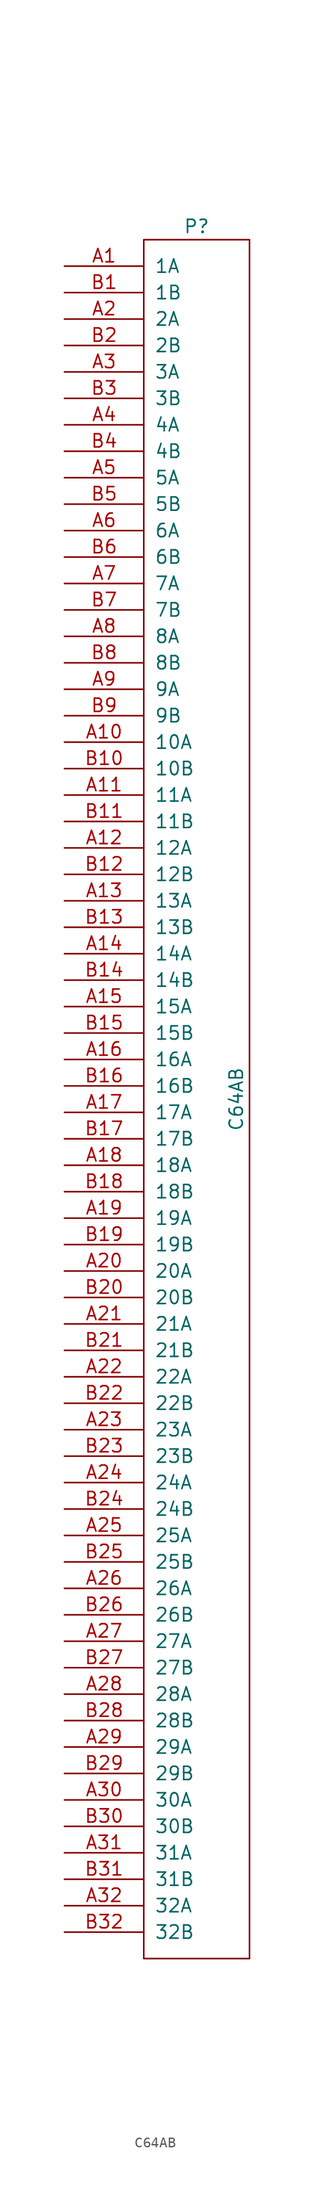
<source format=kicad_sym>
(kicad_symbol_lib
  (version 20231120)
  (generator "kicad_symbol_editor")
  (generator_version "8.0")
  (symbol "C64AB"
    (pin_names
      (offset 1.016))
    (property "Reference" "P"
      (at 0 83.82 0)
      (effects (font (size 1.27 1.27))))
    (property "Value" "C64AB"
      (at 3.81 0 90)
      (effects (font (size 1.27 1.27))))
    (property "Footprint" ""
      (at 0 0 0)
      (effects (font (size 1.27 1.27))))
    (property "Datasheet" ""
      (at 0 0 0)
      (effects (font (size 1.27 1.27))))
    (symbol "C64AB_0_1"
      (rectangle (start -5.08 -82.55) (end 5.08 82.55) (stroke (width 0) (type solid)) (fill (type none))))
    (symbol "C64AB_1_1"
      (pin passive line (at -12.7 80.01 0) (length 7.62) (name "1A" (effects (font (size 1.27 1.27)))) (number "A1" (effects (font (size 1.27 1.27)))))
      (pin passive line (at -12.7 34.29 0) (length 7.62) (name "10A" (effects (font (size 1.27 1.27)))) (number "A10" (effects (font (size 1.27 1.27)))))
      (pin passive line (at -12.7 29.21 0) (length 7.62) (name "11A" (effects (font (size 1.27 1.27)))) (number "A11" (effects (font (size 1.27 1.27)))))
      (pin passive line (at -12.7 24.13 0) (length 7.62) (name "12A" (effects (font (size 1.27 1.27)))) (number "A12" (effects (font (size 1.27 1.27)))))
      (pin passive line (at -12.7 19.05 0) (length 7.62) (name "13A" (effects (font (size 1.27 1.27)))) (number "A13" (effects (font (size 1.27 1.27)))))
      (pin passive line (at -12.7 13.97 0) (length 7.62) (name "14A" (effects (font (size 1.27 1.27)))) (number "A14" (effects (font (size 1.27 1.27)))))
      (pin passive line (at -12.7 8.89 0) (length 7.62) (name "15A" (effects (font (size 1.27 1.27)))) (number "A15" (effects (font (size 1.27 1.27)))))
      (pin passive line (at -12.7 3.81 0) (length 7.62) (name "16A" (effects (font (size 1.27 1.27)))) (number "A16" (effects (font (size 1.27 1.27)))))
      (pin passive line (at -12.7 -1.27 0) (length 7.62) (name "17A" (effects (font (size 1.27 1.27)))) (number "A17" (effects (font (size 1.27 1.27)))))
      (pin passive line (at -12.7 -6.35 0) (length 7.62) (name "18A" (effects (font (size 1.27 1.27)))) (number "A18" (effects (font (size 1.27 1.27)))))
      (pin passive line (at -12.7 -11.43 0) (length 7.62) (name "19A" (effects (font (size 1.27 1.27)))) (number "A19" (effects (font (size 1.27 1.27)))))
      (pin passive line (at -12.7 74.93 0) (length 7.62) (name "2A" (effects (font (size 1.27 1.27)))) (number "A2" (effects (font (size 1.27 1.27)))))
      (pin passive line (at -12.7 -16.51 0) (length 7.62) (name "20A" (effects (font (size 1.27 1.27)))) (number "A20" (effects (font (size 1.27 1.27)))))
      (pin passive line (at -12.7 -21.59 0) (length 7.62) (name "21A" (effects (font (size 1.27 1.27)))) (number "A21" (effects (font (size 1.27 1.27)))))
      (pin passive line (at -12.7 -26.67 0) (length 7.62) (name "22A" (effects (font (size 1.27 1.27)))) (number "A22" (effects (font (size 1.27 1.27)))))
      (pin passive line (at -12.7 -31.75 0) (length 7.62) (name "23A" (effects (font (size 1.27 1.27)))) (number "A23" (effects (font (size 1.27 1.27)))))
      (pin passive line (at -12.7 -36.83 0) (length 7.62) (name "24A" (effects (font (size 1.27 1.27)))) (number "A24" (effects (font (size 1.27 1.27)))))
      (pin passive line (at -12.7 -41.91 0) (length 7.62) (name "25A" (effects (font (size 1.27 1.27)))) (number "A25" (effects (font (size 1.27 1.27)))))
      (pin passive line (at -12.7 -46.99 0) (length 7.62) (name "26A" (effects (font (size 1.27 1.27)))) (number "A26" (effects (font (size 1.27 1.27)))))
      (pin passive line (at -12.7 -52.07 0) (length 7.62) (name "27A" (effects (font (size 1.27 1.27)))) (number "A27" (effects (font (size 1.27 1.27)))))
      (pin passive line (at -12.7 -57.15 0) (length 7.62) (name "28A" (effects (font (size 1.27 1.27)))) (number "A28" (effects (font (size 1.27 1.27)))))
      (pin passive line (at -12.7 -62.23 0) (length 7.62) (name "29A" (effects (font (size 1.27 1.27)))) (number "A29" (effects (font (size 1.27 1.27)))))
      (pin passive line (at -12.7 69.85 0) (length 7.62) (name "3A" (effects (font (size 1.27 1.27)))) (number "A3" (effects (font (size 1.27 1.27)))))
      (pin passive line (at -12.7 -67.31 0) (length 7.62) (name "30A" (effects (font (size 1.27 1.27)))) (number "A30" (effects (font (size 1.27 1.27)))))
      (pin passive line (at -12.7 -72.39 0) (length 7.62) (name "31A" (effects (font (size 1.27 1.27)))) (number "A31" (effects (font (size 1.27 1.27)))))
      (pin passive line (at -12.7 -77.47 0) (length 7.62) (name "32A" (effects (font (size 1.27 1.27)))) (number "A32" (effects (font (size 1.27 1.27)))))
      (pin passive line (at -12.7 64.77 0) (length 7.62) (name "4A" (effects (font (size 1.27 1.27)))) (number "A4" (effects (font (size 1.27 1.27)))))
      (pin passive line (at -12.7 59.69 0) (length 7.62) (name "5A" (effects (font (size 1.27 1.27)))) (number "A5" (effects (font (size 1.27 1.27)))))
      (pin passive line (at -12.7 54.61 0) (length 7.62) (name "6A" (effects (font (size 1.27 1.27)))) (number "A6" (effects (font (size 1.27 1.27)))))
      (pin passive line (at -12.7 49.53 0) (length 7.62) (name "7A" (effects (font (size 1.27 1.27)))) (number "A7" (effects (font (size 1.27 1.27)))))
      (pin passive line (at -12.7 44.45 0) (length 7.62) (name "8A" (effects (font (size 1.27 1.27)))) (number "A8" (effects (font (size 1.27 1.27)))))
      (pin passive line (at -12.7 39.37 0) (length 7.62) (name "9A" (effects (font (size 1.27 1.27)))) (number "A9" (effects (font (size 1.27 1.27)))))
      (pin passive line (at -12.7 77.47 0) (length 7.62) (name "1B" (effects (font (size 1.27 1.27)))) (number "B1" (effects (font (size 1.27 1.27)))))
      (pin passive line (at -12.7 31.75 0) (length 7.62) (name "10B" (effects (font (size 1.27 1.27)))) (number "B10" (effects (font (size 1.27 1.27)))))
      (pin passive line (at -12.7 26.67 0) (length 7.62) (name "11B" (effects (font (size 1.27 1.27)))) (number "B11" (effects (font (size 1.27 1.27)))))
      (pin passive line (at -12.7 21.59 0) (length 7.62) (name "12B" (effects (font (size 1.27 1.27)))) (number "B12" (effects (font (size 1.27 1.27)))))
      (pin passive line (at -12.7 16.51 0) (length 7.62) (name "13B" (effects (font (size 1.27 1.27)))) (number "B13" (effects (font (size 1.27 1.27)))))
      (pin passive line (at -12.7 11.43 0) (length 7.62) (name "14B" (effects (font (size 1.27 1.27)))) (number "B14" (effects (font (size 1.27 1.27)))))
      (pin passive line (at -12.7 6.35 0) (length 7.62) (name "15B" (effects (font (size 1.27 1.27)))) (number "B15" (effects (font (size 1.27 1.27)))))
      (pin passive line (at -12.7 1.27 0) (length 7.62) (name "16B" (effects (font (size 1.27 1.27)))) (number "B16" (effects (font (size 1.27 1.27)))))
      (pin passive line (at -12.7 -3.81 0) (length 7.62) (name "17B" (effects (font (size 1.27 1.27)))) (number "B17" (effects (font (size 1.27 1.27)))))
      (pin passive line (at -12.7 -8.89 0) (length 7.62) (name "18B" (effects (font (size 1.27 1.27)))) (number "B18" (effects (font (size 1.27 1.27)))))
      (pin passive line (at -12.7 -13.97 0) (length 7.62) (name "19B" (effects (font (size 1.27 1.27)))) (number "B19" (effects (font (size 1.27 1.27)))))
      (pin passive line (at -12.7 72.39 0) (length 7.62) (name "2B" (effects (font (size 1.27 1.27)))) (number "B2" (effects (font (size 1.27 1.27)))))
      (pin passive line (at -12.7 -19.05 0) (length 7.62) (name "20B" (effects (font (size 1.27 1.27)))) (number "B20" (effects (font (size 1.27 1.27)))))
      (pin passive line (at -12.7 -24.13 0) (length 7.62) (name "21B" (effects (font (size 1.27 1.27)))) (number "B21" (effects (font (size 1.27 1.27)))))
      (pin passive line (at -12.7 -29.21 0) (length 7.62) (name "22B" (effects (font (size 1.27 1.27)))) (number "B22" (effects (font (size 1.27 1.27)))))
      (pin passive line (at -12.7 -34.29 0) (length 7.62) (name "23B" (effects (font (size 1.27 1.27)))) (number "B23" (effects (font (size 1.27 1.27)))))
      (pin passive line (at -12.7 -39.37 0) (length 7.62) (name "24B" (effects (font (size 1.27 1.27)))) (number "B24" (effects (font (size 1.27 1.27)))))
      (pin passive line (at -12.7 -44.45 0) (length 7.62) (name "25B" (effects (font (size 1.27 1.27)))) (number "B25" (effects (font (size 1.27 1.27)))))
      (pin passive line (at -12.7 -49.53 0) (length 7.62) (name "26B" (effects (font (size 1.27 1.27)))) (number "B26" (effects (font (size 1.27 1.27)))))
      (pin passive line (at -12.7 -54.61 0) (length 7.62) (name "27B" (effects (font (size 1.27 1.27)))) (number "B27" (effects (font (size 1.27 1.27)))))
      (pin passive line (at -12.7 -59.69 0) (length 7.62) (name "28B" (effects (font (size 1.27 1.27)))) (number "B28" (effects (font (size 1.27 1.27)))))
      (pin passive line (at -12.7 -64.77 0) (length 7.62) (name "29B" (effects (font (size 1.27 1.27)))) (number "B29" (effects (font (size 1.27 1.27)))))
      (pin passive line (at -12.7 67.31 0) (length 7.62) (name "3B" (effects (font (size 1.27 1.27)))) (number "B3" (effects (font (size 1.27 1.27)))))
      (pin passive line (at -12.7 -69.85 0) (length 7.62) (name "30B" (effects (font (size 1.27 1.27)))) (number "B30" (effects (font (size 1.27 1.27)))))
      (pin passive line (at -12.7 -74.93 0) (length 7.62) (name "31B" (effects (font (size 1.27 1.27)))) (number "B31" (effects (font (size 1.27 1.27)))))
      (pin passive line (at -12.7 -80.01 0) (length 7.62) (name "32B" (effects (font (size 1.27 1.27)))) (number "B32" (effects (font (size 1.27 1.27)))))
      (pin passive line (at -12.7 62.23 0) (length 7.62) (name "4B" (effects (font (size 1.27 1.27)))) (number "B4" (effects (font (size 1.27 1.27)))))
      (pin passive line (at -12.7 57.15 0) (length 7.62) (name "5B" (effects (font (size 1.27 1.27)))) (number "B5" (effects (font (size 1.27 1.27)))))
      (pin passive line (at -12.7 52.07 0) (length 7.62) (name "6B" (effects (font (size 1.27 1.27)))) (number "B6" (effects (font (size 1.27 1.27)))))
      (pin passive line (at -12.7 46.99 0) (length 7.62) (name "7B" (effects (font (size 1.27 1.27)))) (number "B7" (effects (font (size 1.27 1.27)))))
      (pin passive line (at -12.7 41.91 0) (length 7.62) (name "8B" (effects (font (size 1.27 1.27)))) (number "B8" (effects (font (size 1.27 1.27)))))
      (pin passive line (at -12.7 36.83 0) (length 7.62) (name "9B" (effects (font (size 1.27 1.27)))) (number "B9" (effects (font (size 1.27 1.27))))))))
</source>
